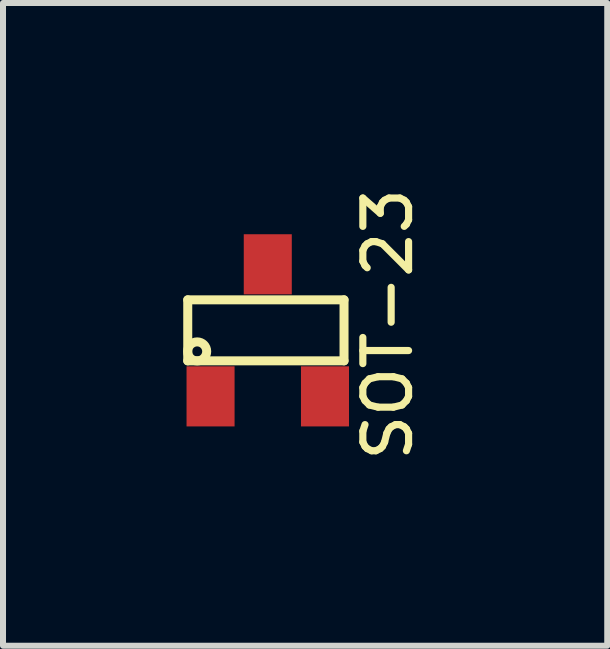
<source format=kicad_pcb>
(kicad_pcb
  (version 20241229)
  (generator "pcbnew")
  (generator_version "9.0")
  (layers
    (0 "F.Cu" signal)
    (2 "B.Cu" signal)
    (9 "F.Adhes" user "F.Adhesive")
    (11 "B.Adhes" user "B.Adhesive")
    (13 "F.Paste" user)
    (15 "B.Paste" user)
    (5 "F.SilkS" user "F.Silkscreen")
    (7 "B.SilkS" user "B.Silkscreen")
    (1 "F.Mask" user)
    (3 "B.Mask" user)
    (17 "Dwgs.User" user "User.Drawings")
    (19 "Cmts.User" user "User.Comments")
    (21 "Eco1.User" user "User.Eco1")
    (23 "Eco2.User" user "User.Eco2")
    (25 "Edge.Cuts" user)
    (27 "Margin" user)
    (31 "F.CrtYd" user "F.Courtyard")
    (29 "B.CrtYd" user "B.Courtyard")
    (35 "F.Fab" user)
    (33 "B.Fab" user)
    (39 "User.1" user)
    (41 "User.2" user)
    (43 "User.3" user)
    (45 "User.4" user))
  (footprint "SOT-23"
    (layer "F.Cu")
    (at 1.41 2.452)
    (property "Reference" "SOT-23" (at 1.999 -0.099 90) (layer "F.SilkS") (effects (font (size 0.762 0.762) (thickness 0.119))))
    (attr through_hole)
    (fp_line (start -1.333 -0.508) (end -1.333 0.508) (stroke (width 0.15) (type solid)) (layer "F.SilkS"))
    (fp_line (start -1.333 -0.508) (end 1.27 -0.508) (stroke (width 0.15) (type solid)) (layer "F.SilkS"))
    (fp_line (start 1.27 -0.508) (end 1.27 0.508) (stroke (width 0.15) (type solid)) (layer "F.SilkS"))
    (fp_line (start 1.27 0.508) (end -1.333 0.508) (stroke (width 0.15) (type solid)) (layer "F.SilkS"))
    (fp_circle (center -1.176 0.351) (end -1.3 0.45) (stroke (width 0.15) (type solid)) (fill no) (layer "F.SilkS"))
    (pad "D" smd rect (at 0 -1.1) (size 0.8 1.001) (layers "F.Cu" "F.Mask" "F.Paste"))
    (pad "G" smd rect (at -0.953 1.1) (size 0.8 1.001) (layers "F.Cu" "F.Mask" "F.Paste"))
    (pad "S" smd rect (at 0.953 1.1) (size 0.8 1.001) (layers "F.Cu" "F.Mask" "F.Paste")))
  (gr_rect
    (start -3 -3)
    (end 7.064 7.705)
    (stroke (width 0.1) (type default))
    (fill no)
    (layer "Edge.Cuts")))
</source>
